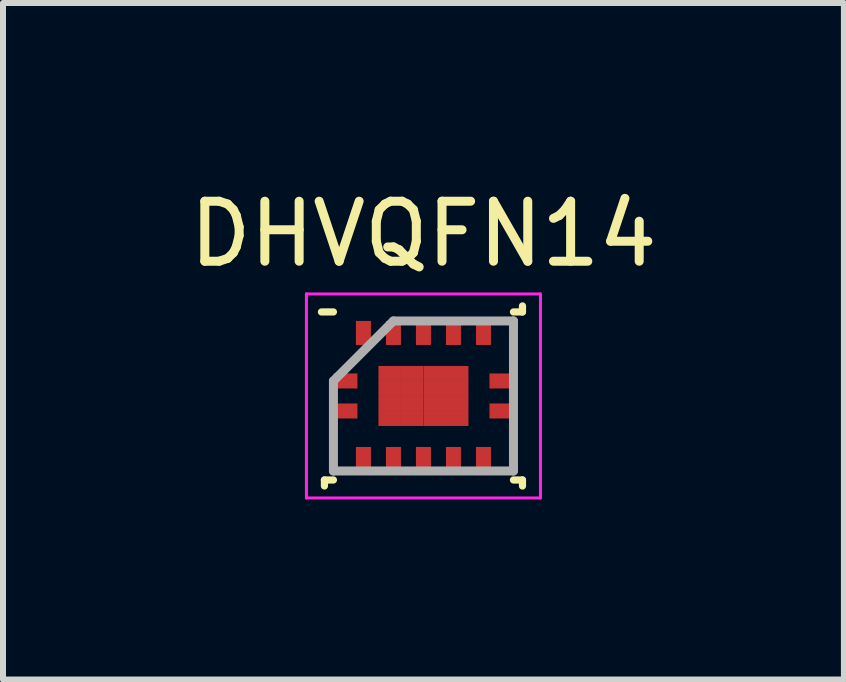
<source format=kicad_pcb>
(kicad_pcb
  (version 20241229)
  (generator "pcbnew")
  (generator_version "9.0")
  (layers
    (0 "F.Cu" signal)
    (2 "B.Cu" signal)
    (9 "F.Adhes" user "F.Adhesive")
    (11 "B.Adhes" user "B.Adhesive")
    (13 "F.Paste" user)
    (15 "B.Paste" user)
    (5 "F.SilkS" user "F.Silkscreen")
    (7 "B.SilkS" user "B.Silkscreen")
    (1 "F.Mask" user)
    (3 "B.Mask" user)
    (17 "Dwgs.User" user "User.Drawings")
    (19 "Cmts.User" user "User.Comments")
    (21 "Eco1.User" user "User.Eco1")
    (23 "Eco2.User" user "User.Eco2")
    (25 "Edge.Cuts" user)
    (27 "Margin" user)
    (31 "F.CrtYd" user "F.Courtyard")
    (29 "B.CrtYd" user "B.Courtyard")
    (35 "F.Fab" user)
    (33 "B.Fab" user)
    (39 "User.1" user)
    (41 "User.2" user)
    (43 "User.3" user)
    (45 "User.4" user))
  (footprint "DHVQFN14"
    (layer "F.Cu")
    (at 4.006 3.548)
    (property "Reference" "DHVQFN14" (at 0 -2.7 0) (layer "F.SilkS") (effects (font (size 1 1) (thickness 0.15))))
    (attr smd)
    (fp_line (start -1.65 1.4) (end -1.65 1.5) (stroke (width 0.12) (type solid)) (layer "F.SilkS"))
    (fp_line (start -1.5 -1.4) (end -1.7 -1.4) (stroke (width 0.12) (type solid)) (layer "F.SilkS"))
    (fp_line (start -1.5 1.4) (end -1.65 1.4) (stroke (width 0.12) (type solid)) (layer "F.SilkS"))
    (fp_line (start 1.5 -1.4) (end 1.65 -1.4) (stroke (width 0.12) (type solid)) (layer "F.SilkS"))
    (fp_line (start 1.5 1.4) (end 1.65 1.4) (stroke (width 0.12) (type solid)) (layer "F.SilkS"))
    (fp_line (start 1.65 -1.4) (end 1.65 -1.5) (stroke (width 0.12) (type solid)) (layer "F.SilkS"))
    (fp_line (start 1.65 1.4) (end 1.65 1.5) (stroke (width 0.12) (type solid)) (layer "F.SilkS"))
    (fp_line (start -1.95 -1.7) (end 1.95 -1.7) (stroke (width 0.05) (type solid)) (layer "F.CrtYd"))
    (fp_line (start -1.95 1.7) (end -1.95 -1.7) (stroke (width 0.05) (type solid)) (layer "F.CrtYd"))
    (fp_line (start 1.95 -1.7) (end 1.95 1.7) (stroke (width 0.05) (type solid)) (layer "F.CrtYd"))
    (fp_line (start 1.95 1.7) (end -1.95 1.7) (stroke (width 0.05) (type solid)) (layer "F.CrtYd"))
    (fp_line (start -1.5 -0.25) (end -1.5 1.25) (stroke (width 0.15) (type solid)) (layer "F.Fab"))
    (fp_line (start -1.5 1.25) (end 1.5 1.25) (stroke (width 0.15) (type solid)) (layer "F.Fab"))
    (fp_line (start -0.5 -1.25) (end -1.5 -0.25) (stroke (width 0.15) (type solid)) (layer "F.Fab"))
    (fp_line (start 1.5 -1.25) (end -0.5 -1.25) (stroke (width 0.15) (type solid)) (layer "F.Fab"))
    (fp_line (start 1.5 1.25) (end 1.5 -1.25) (stroke (width 0.15) (type solid)) (layer "F.Fab"))
    (pad "1" smd rect (at -1.3 -0.25 90) (size 0.25 0.4) (layers "F.Cu" "F.Mask" "F.Paste"))
    (pad "2" smd rect (at -1 -1.05) (size 0.25 0.4) (layers "F.Cu" "F.Mask" "F.Paste"))
    (pad "3" smd rect (at -0.5 -1.05) (size 0.25 0.4) (layers "F.Cu" "F.Mask" "F.Paste"))
    (pad "4" smd rect (at 0 -1.05) (size 0.25 0.4) (layers "F.Cu" "F.Mask" "F.Paste"))
    (pad "5" smd rect (at 0.5 -1.05) (size 0.25 0.4) (layers "F.Cu" "F.Mask" "F.Paste"))
    (pad "6" smd rect (at 1 -1.05) (size 0.25 0.4) (layers "F.Cu" "F.Mask" "F.Paste"))
    (pad "7" smd rect (at 1.3 -0.25 90) (size 0.25 0.4) (layers "F.Cu" "F.Mask" "F.Paste"))
    (pad "8" smd rect (at 1.3 0.25 90) (size 0.25 0.4) (layers "F.Cu" "F.Mask" "F.Paste"))
    (pad "9" smd rect (at 1 1.05) (size 0.25 0.4) (layers "F.Cu" "F.Mask" "F.Paste"))
    (pad "10" smd rect (at 0.5 1.05) (size 0.25 0.4) (layers "F.Cu" "F.Mask" "F.Paste"))
    (pad "11" smd rect (at 0 1.05) (size 0.25 0.4) (layers "F.Cu" "F.Mask" "F.Paste"))
    (pad "12" smd rect (at -0.5 1.05) (size 0.25 0.4) (layers "F.Cu" "F.Mask" "F.Paste"))
    (pad "13" smd rect (at -1 1.05) (size 0.25 0.4) (layers "F.Cu" "F.Mask" "F.Paste"))
    (pad "14" smd rect (at -1.3 0.25 90) (size 0.25 0.4) (layers "F.Cu" "F.Mask" "F.Paste"))
    (pad "15" smd rect (at -0.562 -0.375) (size 0.375 0.25) (layers "F.Cu" "F.Mask" "F.Paste"))
    (pad "15" smd rect (at -0.562 -0.125) (size 0.375 0.25) (layers "F.Cu" "F.Mask" "F.Paste"))
    (pad "15" smd rect (at -0.562 0.125) (size 0.375 0.25) (layers "F.Cu" "F.Mask" "F.Paste"))
    (pad "15" smd rect (at -0.562 0.375) (size 0.375 0.25) (layers "F.Cu" "F.Mask" "F.Paste"))
    (pad "15" smd rect (at -0.188 -0.375) (size 0.375 0.25) (layers "F.Cu" "F.Mask" "F.Paste"))
    (pad "15" smd rect (at -0.188 -0.125) (size 0.375 0.25) (layers "F.Cu" "F.Mask" "F.Paste"))
    (pad "15" smd rect (at -0.188 0.125) (size 0.375 0.25) (layers "F.Cu" "F.Mask" "F.Paste"))
    (pad "15" smd rect (at -0.188 0.375) (size 0.375 0.25) (layers "F.Cu" "F.Mask" "F.Paste"))
    (pad "15" smd rect (at 0.188 -0.375) (size 0.375 0.25) (layers "F.Cu" "F.Mask" "F.Paste"))
    (pad "15" smd rect (at 0.188 -0.125) (size 0.375 0.25) (layers "F.Cu" "F.Mask" "F.Paste"))
    (pad "15" smd rect (at 0.188 0.125) (size 0.375 0.25) (layers "F.Cu" "F.Mask" "F.Paste"))
    (pad "15" smd rect (at 0.188 0.375) (size 0.375 0.25) (layers "F.Cu" "F.Mask" "F.Paste"))
    (pad "15" smd rect (at 0.562 -0.375) (size 0.375 0.25) (layers "F.Cu" "F.Mask" "F.Paste"))
    (pad "15" smd rect (at 0.562 -0.125) (size 0.375 0.25) (layers "F.Cu" "F.Mask" "F.Paste"))
    (pad "15" smd rect (at 0.562 0.125) (size 0.375 0.25) (layers "F.Cu" "F.Mask" "F.Paste"))
    (pad "15" smd rect (at 0.562 0.375) (size 0.375 0.25) (layers "F.Cu" "F.Mask" "F.Paste")))
  (gr_rect
    (start -3 -3)
    (end 11.012 8.273)
    (stroke (width 0.1) (type default))
    (fill no)
    (layer "Edge.Cuts")))
</source>
